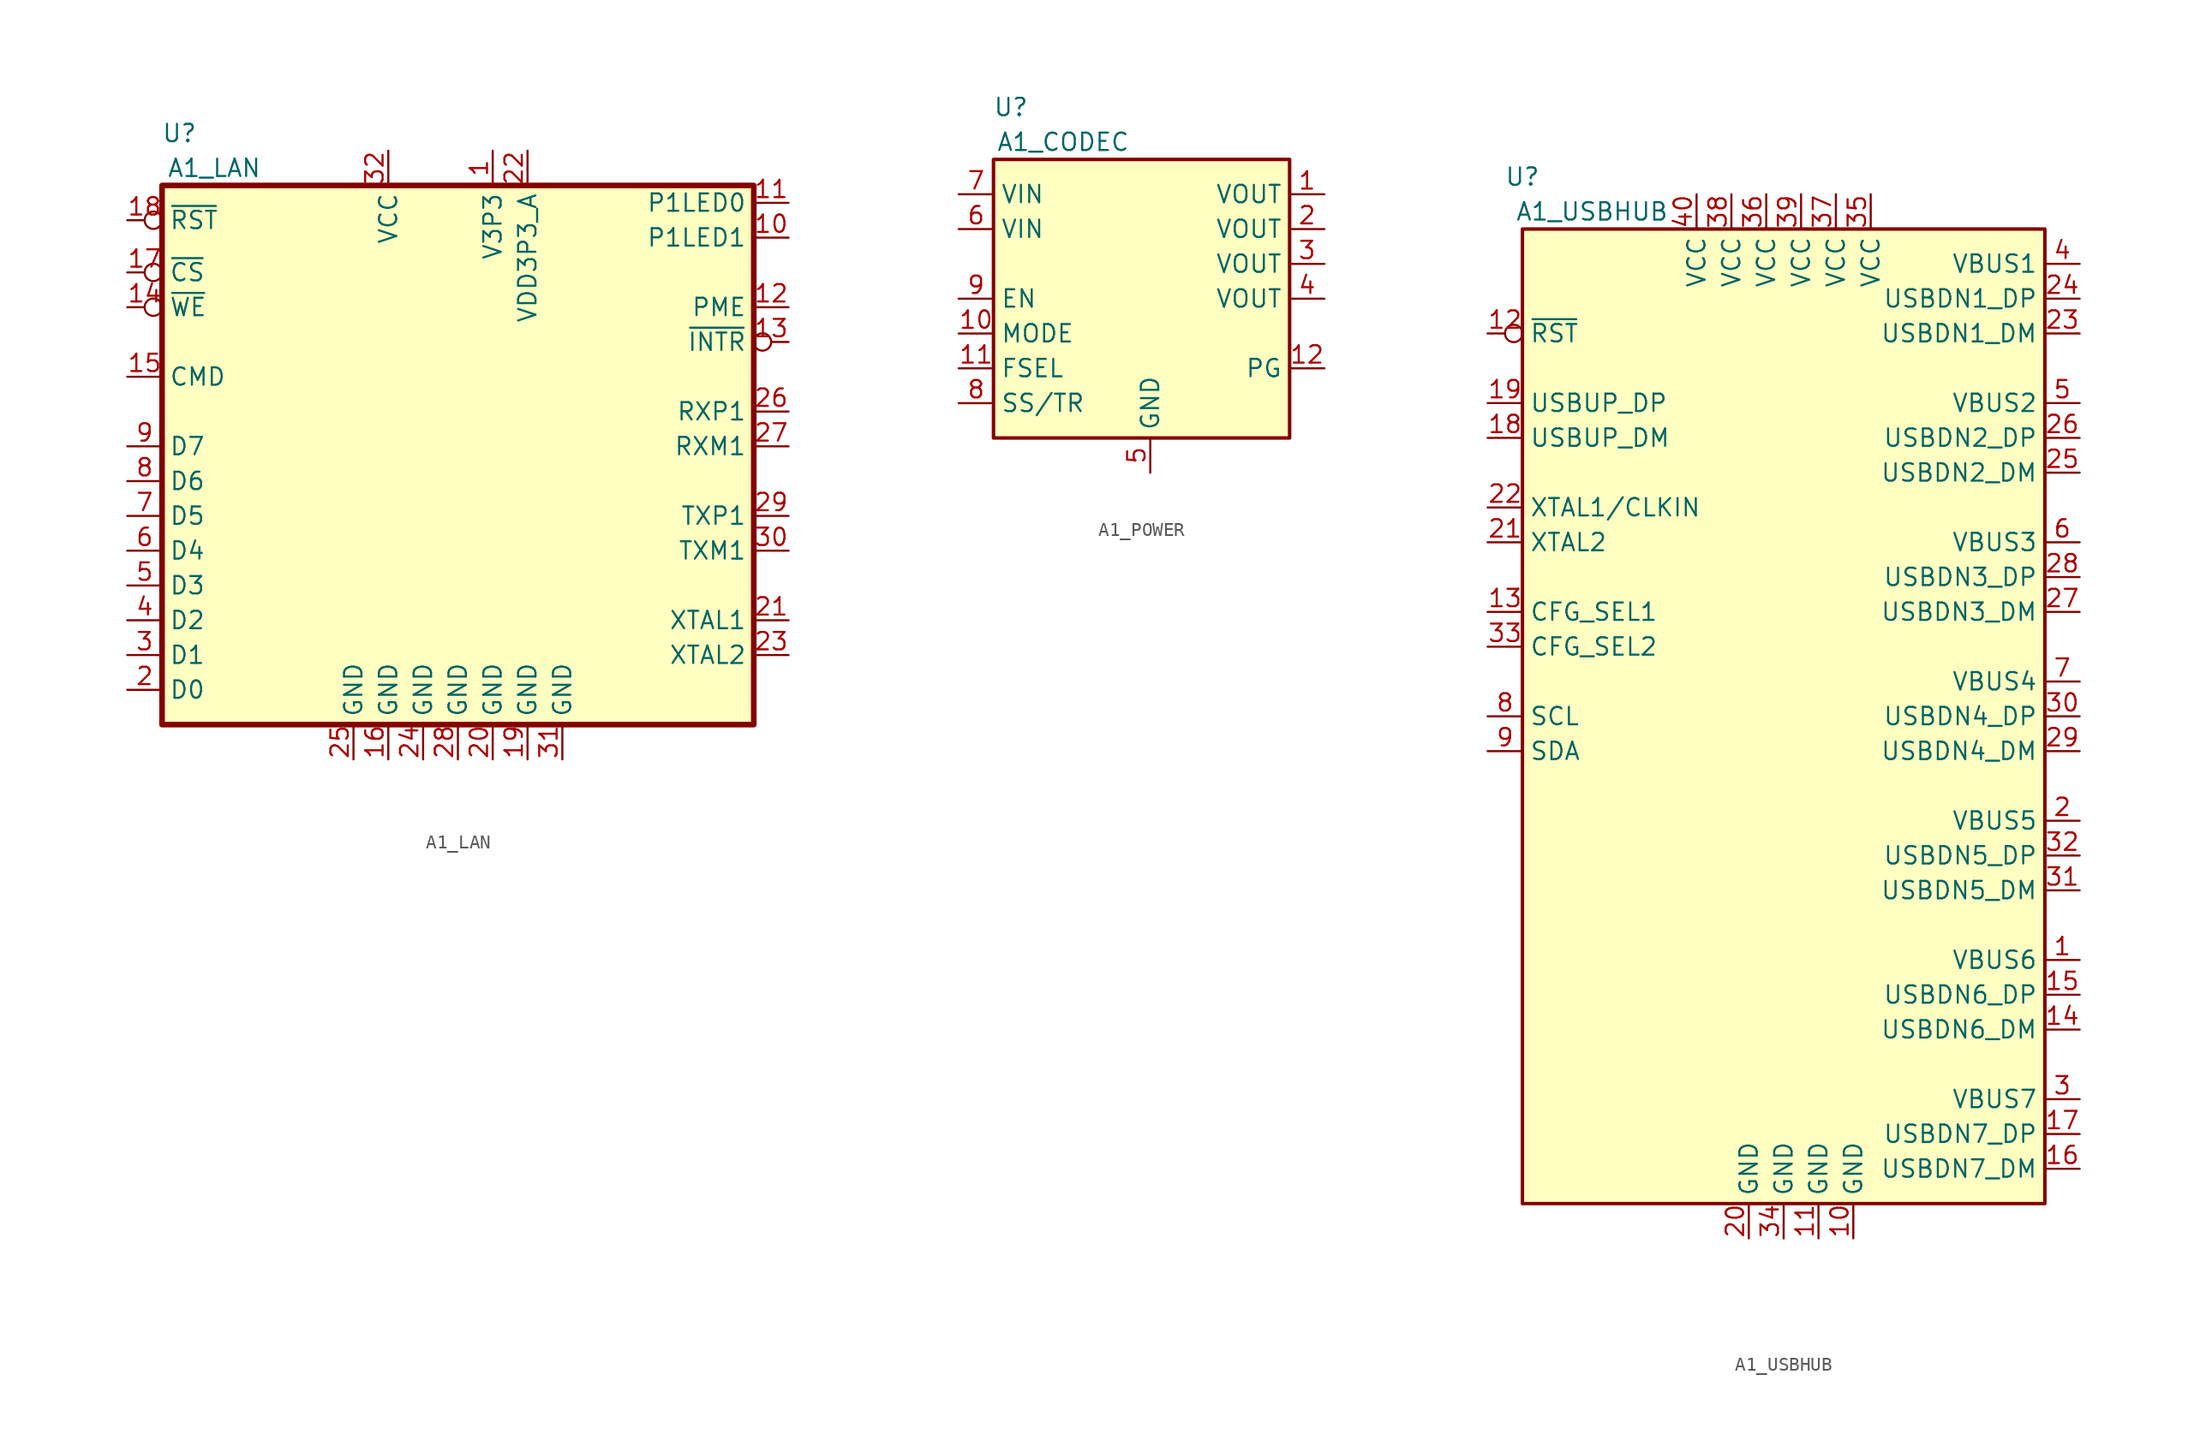
<source format=kicad_sym>
(kicad_symbol_lib
  (version 20220914)
  (generator kicad_symbol_editor)
  (symbol "A1_LAN"
    (property "Reference" "U"
      (at 1.27 43.18 0)
      (effects (font (size 1.27 1.27))))
    (property "Value" "A1_LAN"
      (at 3.81 40.64 0)
      (effects (font (size 1.27 1.27))))
    (symbol "A1_LAN_0_0"
      (rectangle (start 0 39.37) (end 43.18 0) (stroke (width 0.41) (type default)) (fill (type background)))
      (pin power_out line (at 24.13 41.91 270) (length 2.54) (name "V3P3" (effects (font (size 1.27 1.27)))) (number "1" (effects (font (size 1.27 1.27)))))
      (pin bidirectional line (at 45.72 35.56 180) (length 2.54) (name "P1LED1" (effects (font (size 1.27 1.27)))) (number "10" (effects (font (size 1.27 1.27)))))
      (pin output line (at 45.72 38.1 180) (length 2.54) (name "P1LED0" (effects (font (size 1.27 1.27)))) (number "11" (effects (font (size 1.27 1.27)))))
      (pin output line (at 45.72 30.48 180) (length 2.54) (name "PME" (effects (font (size 1.27 1.27)))) (number "12" (effects (font (size 1.27 1.27)))))
      (pin output inverted (at 45.72 27.94 180) (length 2.54) (name "~{INTR}" (effects (font (size 1.27 1.27)))) (number "13" (effects (font (size 1.27 1.27)))))
      (pin input inverted (at -2.54 30.48 0) (length 2.54) (name "~{WE}" (effects (font (size 1.27 1.27)))) (number "14" (effects (font (size 1.27 1.27)))))
      (pin input line (at -2.54 25.4 0) (length 2.54) (name "CMD" (effects (font (size 1.27 1.27)))) (number "15" (effects (font (size 1.27 1.27)))))
      (pin power_in line (at 16.51 -2.54 90) (length 2.54) (name "GND" (effects (font (size 1.27 1.27)))) (number "16" (effects (font (size 1.27 1.27)))))
      (pin input inverted (at -2.54 33.02 0) (length 2.54) (name "~{CS}" (effects (font (size 1.27 1.27)))) (number "17" (effects (font (size 1.27 1.27)))))
      (pin power_in line (at 26.67 -2.54 90) (length 2.54) (name "GND" (effects (font (size 1.27 1.27)))) (number "19" (effects (font (size 1.27 1.27)))))
      (pin bidirectional line (at -2.54 2.54 0) (length 2.54) (name "D0" (effects (font (size 1.27 1.27)))) (number "2" (effects (font (size 1.27 1.27)))))
      (pin power_in line (at 24.13 -2.54 90) (length 2.54) (name "GND" (effects (font (size 1.27 1.27)))) (number "20" (effects (font (size 1.27 1.27)))))
      (pin input line (at 45.72 7.62 180) (length 2.54) (name "XTAL1" (effects (font (size 1.27 1.27)))) (number "21" (effects (font (size 1.27 1.27)))))
      (pin power_out line (at 26.67 41.91 270) (length 2.54) (name "VDD3P3_A" (effects (font (size 1.27 1.27)))) (number "22" (effects (font (size 1.27 1.27)))))
      (pin output line (at 45.72 5.08 180) (length 2.54) (name "XTAL2" (effects (font (size 1.27 1.27)))) (number "23" (effects (font (size 1.27 1.27)))))
      (pin power_in line (at 19.05 -2.54 90) (length 2.54) (name "GND" (effects (font (size 1.27 1.27)))) (number "24" (effects (font (size 1.27 1.27)))))
      (pin power_in line (at 13.97 -2.54 90) (length 2.54) (name "GND" (effects (font (size 1.27 1.27)))) (number "25" (effects (font (size 1.27 1.27)))))
      (pin bidirectional line (at 45.72 22.86 180) (length 2.54) (name "RXP1" (effects (font (size 1.27 1.27)))) (number "26" (effects (font (size 1.27 1.27)))))
      (pin bidirectional line (at 45.72 20.32 180) (length 2.54) (name "RXM1" (effects (font (size 1.27 1.27)))) (number "27" (effects (font (size 1.27 1.27)))))
      (pin power_in line (at 21.59 -2.54 90) (length 2.54) (name "GND" (effects (font (size 1.27 1.27)))) (number "28" (effects (font (size 1.27 1.27)))))
      (pin bidirectional line (at 45.72 15.24 180) (length 2.54) (name "TXP1" (effects (font (size 1.27 1.27)))) (number "29" (effects (font (size 1.27 1.27)))))
      (pin bidirectional line (at -2.54 5.08 0) (length 2.54) (name "D1" (effects (font (size 1.27 1.27)))) (number "3" (effects (font (size 1.27 1.27)))))
      (pin bidirectional line (at 45.72 12.7 180) (length 2.54) (name "TXM1" (effects (font (size 1.27 1.27)))) (number "30" (effects (font (size 1.27 1.27)))))
      (pin power_in line (at 29.21 -2.54 90) (length 2.54) (name "GND" (effects (font (size 1.27 1.27)))) (number "31" (effects (font (size 1.27 1.27)))))
      (pin power_in line (at 16.51 41.91 270) (length 2.54) (name "VCC" (effects (font (size 1.27 1.27)))) (number "32" (effects (font (size 1.27 1.27)))))
      (pin bidirectional line (at -2.54 7.62 0) (length 2.54) (name "D2" (effects (font (size 1.27 1.27)))) (number "4" (effects (font (size 1.27 1.27)))))
      (pin bidirectional line (at -2.54 10.16 0) (length 2.54) (name "D3" (effects (font (size 1.27 1.27)))) (number "5" (effects (font (size 1.27 1.27)))))
      (pin bidirectional line (at -2.54 12.7 0) (length 2.54) (name "D4" (effects (font (size 1.27 1.27)))) (number "6" (effects (font (size 1.27 1.27)))))
      (pin bidirectional line (at -2.54 15.24 0) (length 2.54) (name "D5" (effects (font (size 1.27 1.27)))) (number "7" (effects (font (size 1.27 1.27)))))
      (pin bidirectional line (at -2.54 17.78 0) (length 2.54) (name "D6" (effects (font (size 1.27 1.27)))) (number "8" (effects (font (size 1.27 1.27)))))
      (pin bidirectional line (at -2.54 20.32 0) (length 2.54) (name "D7" (effects (font (size 1.27 1.27)))) (number "9" (effects (font (size 1.27 1.27))))))
    (symbol "A1_LAN_1_0"
      (pin input inverted (at -2.54 36.83 0) (length 2.54) (name "~{RST}" (effects (font (size 1.27 1.27)))) (number "18" (effects (font (size 1.27 1.27)))))))
  (symbol "A1_POWER"
    (property "Reference" "U"
      (at 1.27 36.83 0)
      (effects (font (size 1.27 1.27))))
    (property "Value" "A1_CODEC"
      (at 5.08 34.29 0)
      (effects (font (size 1.27 1.27))))
    (symbol "A1_POWER_0_0"
      (pin power_in line (at -2.54 20.32 0) (length 2.54) (name "MODE" (effects (font (size 1.27 1.27)))) (number "10" (effects (font (size 1.27 1.27)))))
      (pin output line (at -2.54 17.78 0) (length 2.54) (name "FSEL" (effects (font (size 1.27 1.27)))) (number "11" (effects (font (size 1.27 1.27)))))
      (pin output line (at 24.13 17.78 180) (length 2.54) (name "PG" (effects (font (size 1.27 1.27)))) (number "12" (effects (font (size 1.27 1.27)))))
      (pin bidirectional line (at 24.13 27.94 180) (length 2.54) (name "VOUT" (effects (font (size 1.27 1.27)))) (number "2" (effects (font (size 1.27 1.27)))))
      (pin bidirectional line (at 24.13 25.4 180) (length 2.54) (name "VOUT" (effects (font (size 1.27 1.27)))) (number "3" (effects (font (size 1.27 1.27)))))
      (pin power_in line (at 24.13 22.86 180) (length 2.54) (name "VOUT" (effects (font (size 1.27 1.27)))) (number "4" (effects (font (size 1.27 1.27)))))
      (pin power_out line (at 11.43 10.16 90) (length 2.54) (name "GND" (effects (font (size 1.27 1.27)))) (number "5" (effects (font (size 1.27 1.27)))))
      (pin tri_state line (at -2.54 27.94 0) (length 2.54) (name "VIN" (effects (font (size 1.27 1.27)))) (number "6" (effects (font (size 1.27 1.27)))))
      (pin input line (at -2.54 30.48 0) (length 2.54) (name "VIN" (effects (font (size 1.27 1.27)))) (number "7" (effects (font (size 1.27 1.27)))))
      (pin output line (at -2.54 15.24 0) (length 2.54) (name "SS/TR" (effects (font (size 1.27 1.27)))) (number "8" (effects (font (size 1.27 1.27)))))
      (pin output line (at -2.54 22.86 0) (length 2.54) (name "EN" (effects (font (size 1.27 1.27)))) (number "9" (effects (font (size 1.27 1.27))))))
    (symbol "A1_POWER_0_1"
      (rectangle (start 0 33.02) (end 21.59 12.7) (stroke (width 0.254) (type default)) (fill (type background))))
    (symbol "A1_POWER_1_0"
      (pin bidirectional line (at 24.13 30.48 180) (length 2.54) (name "VOUT" (effects (font (size 1.27 1.27)))) (number "1" (effects (font (size 1.27 1.27)))))))
  (symbol "A1_USBHUB"
    (property "Reference" "U"
      (at 0 74.93 0)
      (effects (font (size 1.27 1.27))))
    (property "Value" "A1_USBHUB"
      (at 5.08 72.39 0)
      (effects (font (size 1.27 1.27))))
    (symbol "A1_USBHUB_0_0"
      (pin power_out line (at 40.64 17.78 180) (length 2.54) (name "VBUS6" (effects (font (size 1.27 1.27)))) (number "1" (effects (font (size 1.27 1.27)))))
      (pin power_in line (at 24.13 -2.54 90) (length 2.54) (name "GND" (effects (font (size 1.27 1.27)))) (number "10" (effects (font (size 1.27 1.27)))))
      (pin input inverted (at -2.54 63.5 0) (length 2.54) (name "~{RST}" (effects (font (size 1.27 1.27)))) (number "12" (effects (font (size 1.27 1.27)))))
      (pin power_out line (at 40.64 27.94 180) (length 2.54) (name "VBUS5" (effects (font (size 1.27 1.27)))) (number "2" (effects (font (size 1.27 1.27)))))
      (pin power_in line (at 16.51 -2.54 90) (length 2.54) (name "GND" (effects (font (size 1.27 1.27)))) (number "20" (effects (font (size 1.27 1.27)))))
      (pin bidirectional line (at 40.64 63.5 180) (length 2.54) (name "USBDN1_DM" (effects (font (size 1.27 1.27)))) (number "23" (effects (font (size 1.27 1.27)))))
      (pin bidirectional line (at 40.64 66.04 180) (length 2.54) (name "USBDN1_DP" (effects (font (size 1.27 1.27)))) (number "24" (effects (font (size 1.27 1.27)))))
      (pin bidirectional line (at 40.64 53.34 180) (length 2.54) (name "USBDN2_DM" (effects (font (size 1.27 1.27)))) (number "25" (effects (font (size 1.27 1.27)))))
      (pin bidirectional line (at 40.64 55.88 180) (length 2.54) (name "USBDN2_DP" (effects (font (size 1.27 1.27)))) (number "26" (effects (font (size 1.27 1.27)))))
      (pin bidirectional line (at 40.64 43.18 180) (length 2.54) (name "USBDN3_DM" (effects (font (size 1.27 1.27)))) (number "27" (effects (font (size 1.27 1.27)))))
      (pin bidirectional line (at 40.64 45.72 180) (length 2.54) (name "USBDN3_DP" (effects (font (size 1.27 1.27)))) (number "28" (effects (font (size 1.27 1.27)))))
      (pin bidirectional line (at 40.64 33.02 180) (length 2.54) (name "USBDN4_DM" (effects (font (size 1.27 1.27)))) (number "29" (effects (font (size 1.27 1.27)))))
      (pin power_out line (at 40.64 7.62 180) (length 2.54) (name "VBUS7" (effects (font (size 1.27 1.27)))) (number "3" (effects (font (size 1.27 1.27)))))
      (pin bidirectional line (at 40.64 35.56 180) (length 2.54) (name "USBDN4_DP" (effects (font (size 1.27 1.27)))) (number "30" (effects (font (size 1.27 1.27)))))
      (pin bidirectional line (at 40.64 22.86 180) (length 2.54) (name "USBDN5_DM" (effects (font (size 1.27 1.27)))) (number "31" (effects (font (size 1.27 1.27)))))
      (pin bidirectional line (at 40.64 25.4 180) (length 2.54) (name "USBDN5_DP" (effects (font (size 1.27 1.27)))) (number "32" (effects (font (size 1.27 1.27)))))
      (pin input line (at -2.54 40.64 0) (length 2.54) (name "CFG_SEL2" (effects (font (size 1.27 1.27)))) (number "33" (effects (font (size 1.27 1.27)))))
      (pin power_in line (at 19.05 -2.54 90) (length 2.54) (name "GND" (effects (font (size 1.27 1.27)))) (number "34" (effects (font (size 1.27 1.27)))))
      (pin power_in line (at 25.4 73.66 270) (length 2.54) (name "VCC" (effects (font (size 1.27 1.27)))) (number "35" (effects (font (size 1.27 1.27)))))
      (pin power_in line (at 22.86 73.66 270) (length 2.54) (name "VCC" (effects (font (size 1.27 1.27)))) (number "37" (effects (font (size 1.27 1.27)))))
      (pin power_in line (at 15.24 73.66 270) (length 2.54) (name "VCC" (effects (font (size 1.27 1.27)))) (number "38" (effects (font (size 1.27 1.27)))))
      (pin power_in line (at 20.32 73.66 270) (length 2.54) (name "VCC" (effects (font (size 1.27 1.27)))) (number "39" (effects (font (size 1.27 1.27)))))
      (pin power_out line (at 40.64 68.58 180) (length 2.54) (name "VBUS1" (effects (font (size 1.27 1.27)))) (number "4" (effects (font (size 1.27 1.27)))))
      (pin power_out line (at 40.64 58.42 180) (length 2.54) (name "VBUS2" (effects (font (size 1.27 1.27)))) (number "5" (effects (font (size 1.27 1.27)))))
      (pin power_out line (at 40.64 38.1 180) (length 2.54) (name "VBUS4" (effects (font (size 1.27 1.27)))) (number "7" (effects (font (size 1.27 1.27)))))
      (pin bidirectional line (at -2.54 33.02 0) (length 2.54) (name "SDA" (effects (font (size 1.27 1.27)))) (number "9" (effects (font (size 1.27 1.27))))))
    (symbol "A1_USBHUB_0_1"
      (rectangle (start 0 71.12) (end 38.1 0) (stroke (width 0.254) (type default)) (fill (type background))))
    (symbol "A1_USBHUB_1_0"
      (pin power_in line (at 21.59 -2.54 90) (length 2.54) (name "GND" (effects (font (size 1.27 1.27)))) (number "11" (effects (font (size 1.27 1.27)))))
      (pin input line (at -2.54 43.18 0) (length 2.54) (name "CFG_SEL1" (effects (font (size 1.27 1.27)))) (number "13" (effects (font (size 1.27 1.27)))))
      (pin bidirectional line (at 40.64 12.7 180) (length 2.54) (name "USBDN6_DM" (effects (font (size 1.27 1.27)))) (number "14" (effects (font (size 1.27 1.27)))))
      (pin bidirectional line (at 40.64 15.24 180) (length 2.54) (name "USBDN6_DP" (effects (font (size 1.27 1.27)))) (number "15" (effects (font (size 1.27 1.27)))))
      (pin bidirectional line (at 40.64 2.54 180) (length 2.54) (name "USBDN7_DM" (effects (font (size 1.27 1.27)))) (number "16" (effects (font (size 1.27 1.27)))))
      (pin bidirectional line (at 40.64 5.08 180) (length 2.54) (name "USBDN7_DP" (effects (font (size 1.27 1.27)))) (number "17" (effects (font (size 1.27 1.27)))))
      (pin bidirectional line (at -2.54 55.88 0) (length 2.54) (name "USBUP_DM" (effects (font (size 1.27 1.27)))) (number "18" (effects (font (size 1.27 1.27)))))
      (pin bidirectional line (at -2.54 58.42 0) (length 2.54) (name "USBUP_DP" (effects (font (size 1.27 1.27)))) (number "19" (effects (font (size 1.27 1.27)))))
      (pin output line (at -2.54 48.26 0) (length 2.54) (name "XTAL2" (effects (font (size 1.27 1.27)))) (number "21" (effects (font (size 1.27 1.27)))))
      (pin input line (at -2.54 50.8 0) (length 2.54) (name "XTAL1/CLKIN" (effects (font (size 1.27 1.27)))) (number "22" (effects (font (size 1.27 1.27)))))
      (pin power_in line (at 17.78 73.66 270) (length 2.54) (name "VCC" (effects (font (size 1.27 1.27)))) (number "36" (effects (font (size 1.27 1.27)))))
      (pin power_in line (at 12.7 73.66 270) (length 2.54) (name "VCC" (effects (font (size 1.27 1.27)))) (number "40" (effects (font (size 1.27 1.27)))))
      (pin power_out line (at 40.64 48.26 180) (length 2.54) (name "VBUS3" (effects (font (size 1.27 1.27)))) (number "6" (effects (font (size 1.27 1.27)))))
      (pin bidirectional line (at -2.54 35.56 0) (length 2.54) (name "SCL" (effects (font (size 1.27 1.27)))) (number "8" (effects (font (size 1.27 1.27))))))))
</source>
